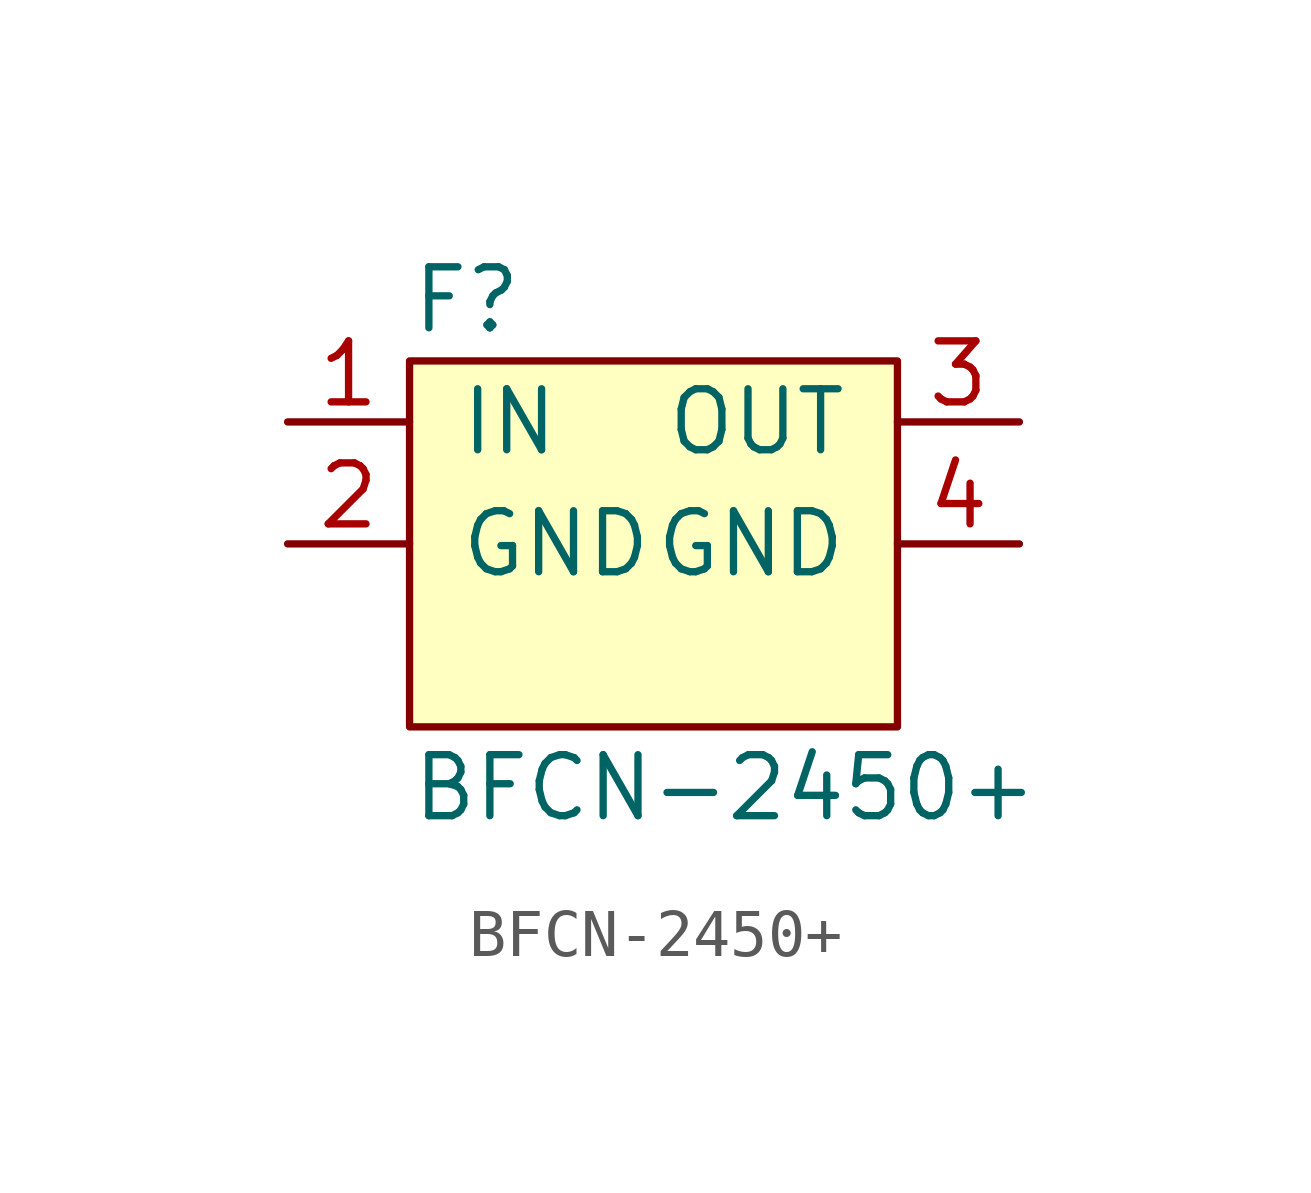
<source format=kicad_sym>
(kicad_symbol_lib
  (version 20211014)
  (generator agg_kicad.build_lib_ic)
  (symbol "BFCN-2450+"
    (pin_names
      (offset 1.016))
    (property Reference F
      (at -5.08 5.08 0)
      (effects (font (size 1.27 1.27)) (justify left)))
    (property Value "BFCN-2450+"
      (at -5.08 -5.08 0)
      (effects (font (size 1.27 1.27)) (justify left)))
    (symbol "BFCN-2450+_0_0"
      (rectangle (start -5.08 3.81) (end 5.08 -3.81) (stroke (width 0) (type default) (color 0 0 0 0)) (fill (type background)))
      (pin passive line (at -7.62 2.54 0) (length 2.54) (name IN (effects (font (size 1.27 1.27)))) (number "1" (effects (font (size 1.27 1.27)))))
      (pin power_in line (at -7.62 0 0) (length 2.54) (name GND (effects (font (size 1.27 1.27)))) (number "2" (effects (font (size 1.27 1.27)))))
      (pin passive line (at 7.62 2.54 180) (length 2.54) (name OUT (effects (font (size 1.27 1.27)))) (number "3" (effects (font (size 1.27 1.27)))))
      (pin power_in line (at 7.62 0 180) (length 2.54) (name GND (effects (font (size 1.27 1.27)))) (number "4" (effects (font (size 1.27 1.27))))))))
</source>
